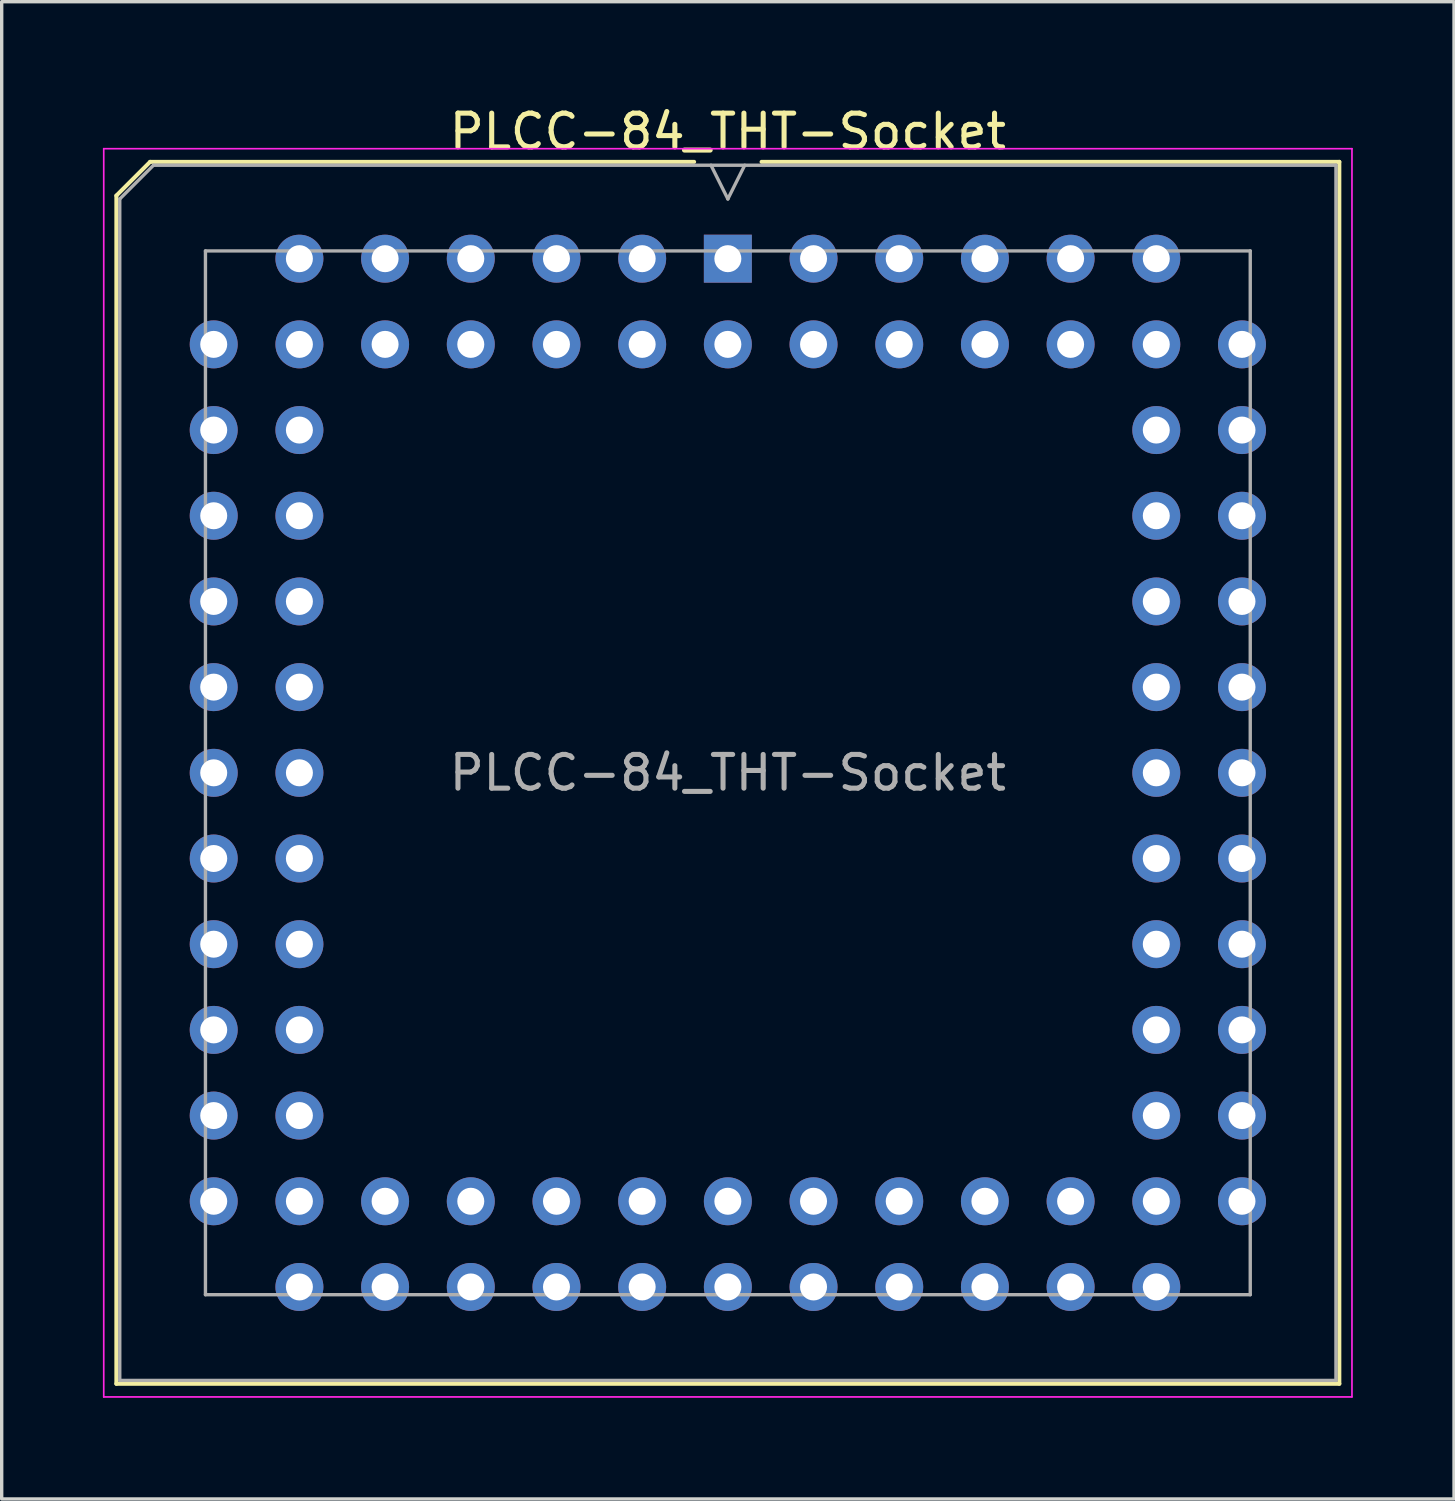
<source format=kicad_pcb>
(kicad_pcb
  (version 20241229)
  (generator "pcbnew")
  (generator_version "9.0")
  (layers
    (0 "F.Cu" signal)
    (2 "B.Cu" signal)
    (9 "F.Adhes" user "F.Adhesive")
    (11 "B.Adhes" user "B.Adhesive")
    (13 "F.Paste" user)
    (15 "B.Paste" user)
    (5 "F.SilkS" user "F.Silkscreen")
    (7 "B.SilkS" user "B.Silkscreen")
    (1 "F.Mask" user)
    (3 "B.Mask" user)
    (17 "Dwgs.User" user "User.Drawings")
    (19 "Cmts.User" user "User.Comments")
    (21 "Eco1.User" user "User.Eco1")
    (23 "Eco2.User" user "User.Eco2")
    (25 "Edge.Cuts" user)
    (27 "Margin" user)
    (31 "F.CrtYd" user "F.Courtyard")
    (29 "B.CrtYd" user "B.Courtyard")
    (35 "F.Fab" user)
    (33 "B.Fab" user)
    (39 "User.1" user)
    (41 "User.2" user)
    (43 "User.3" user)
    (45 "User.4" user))
  (footprint "PLCC-84_THT-Socket"
    (layer "F.Cu")
    (at 18.525 4.618)
    (property "Reference" "PLCC-84_THT-Socket" (at 0 -3.77 180) (layer "F.SilkS") (effects (font (size 1 1) (thickness 0.15))))
    (attr through_hole)
    (fp_line (start -18.125 -1.87) (end -18.125 33.35) (stroke (width 0.12) (type solid)) (layer "F.SilkS"))
    (fp_line (start -18.125 33.35) (end 18.125 33.35) (stroke (width 0.12) (type solid)) (layer "F.SilkS"))
    (fp_line (start -17.125 -2.87) (end -18.125 -1.87) (stroke (width 0.12) (type solid)) (layer "F.SilkS"))
    (fp_line (start -1 -2.87) (end -17.125 -2.87) (stroke (width 0.12) (type solid)) (layer "F.SilkS"))
    (fp_line (start 18.125 -2.87) (end 1 -2.87) (stroke (width 0.12) (type solid)) (layer "F.SilkS"))
    (fp_line (start 18.125 33.35) (end 18.125 -2.87) (stroke (width 0.12) (type solid)) (layer "F.SilkS"))
    (fp_line (start -18.5 -3.26) (end -18.5 33.74) (stroke (width 0.05) (type solid)) (layer "F.CrtYd"))
    (fp_line (start -18.5 33.74) (end 18.5 33.74) (stroke (width 0.05) (type solid)) (layer "F.CrtYd"))
    (fp_line (start 18.5 -3.26) (end -18.5 -3.26) (stroke (width 0.05) (type solid)) (layer "F.CrtYd"))
    (fp_line (start 18.5 33.74) (end 18.5 -3.26) (stroke (width 0.05) (type solid)) (layer "F.CrtYd"))
    (fp_line (start -18.025 -1.77) (end -18.025 33.25) (stroke (width 0.1) (type solid)) (layer "F.Fab"))
    (fp_line (start -18.025 33.25) (end 18.025 33.25) (stroke (width 0.1) (type solid)) (layer "F.Fab"))
    (fp_line (start -17.025 -2.77) (end -18.025 -1.77) (stroke (width 0.1) (type solid)) (layer "F.Fab"))
    (fp_line (start -15.485 -0.23) (end -15.485 30.71) (stroke (width 0.1) (type solid)) (layer "F.Fab"))
    (fp_line (start -15.485 30.71) (end 15.485 30.71) (stroke (width 0.1) (type solid)) (layer "F.Fab"))
    (fp_line (start -0.5 -2.77) (end 0 -1.77) (stroke (width 0.1) (type solid)) (layer "F.Fab"))
    (fp_line (start 0 -1.77) (end 0.5 -2.77) (stroke (width 0.1) (type solid)) (layer "F.Fab"))
    (fp_line (start 15.485 -0.23) (end -15.485 -0.23) (stroke (width 0.1) (type solid)) (layer "F.Fab"))
    (fp_line (start 15.485 30.71) (end 15.485 -0.23) (stroke (width 0.1) (type solid)) (layer "F.Fab"))
    (fp_line (start 18.025 -2.77) (end -17.025 -2.77) (stroke (width 0.1) (type solid)) (layer "F.Fab"))
    (fp_line (start 18.025 33.25) (end 18.025 -2.77) (stroke (width 0.1) (type solid)) (layer "F.Fab"))
    (fp_text user "${REFERENCE}" (at 0 15.24 180) (layer "F.Fab") (effects (font (size 1 1) (thickness 0.15))))
    (pad "1" thru_hole rect (at 0 0) (size 1.422 1.422) (drill 0.8) (layers "*.Cu" "*.Mask"))
    (pad "2" thru_hole circle (at 0 2.54) (size 1.422 1.422) (drill 0.8) (layers "*.Cu" "*.Mask"))
    (pad "3" thru_hole circle (at -2.54 0) (size 1.422 1.422) (drill 0.8) (layers "*.Cu" "*.Mask"))
    (pad "4" thru_hole circle (at -2.54 2.54) (size 1.422 1.422) (drill 0.8) (layers "*.Cu" "*.Mask"))
    (pad "5" thru_hole circle (at -5.08 0) (size 1.422 1.422) (drill 0.8) (layers "*.Cu" "*.Mask"))
    (pad "6" thru_hole circle (at -5.08 2.54) (size 1.422 1.422) (drill 0.8) (layers "*.Cu" "*.Mask"))
    (pad "7" thru_hole circle (at -7.62 0) (size 1.422 1.422) (drill 0.8) (layers "*.Cu" "*.Mask"))
    (pad "8" thru_hole circle (at -7.62 2.54) (size 1.422 1.422) (drill 0.8) (layers "*.Cu" "*.Mask"))
    (pad "9" thru_hole circle (at -10.16 0) (size 1.422 1.422) (drill 0.8) (layers "*.Cu" "*.Mask"))
    (pad "10" thru_hole circle (at -10.16 2.54) (size 1.422 1.422) (drill 0.8) (layers "*.Cu" "*.Mask"))
    (pad "11" thru_hole circle (at -12.7 0) (size 1.422 1.422) (drill 0.8) (layers "*.Cu" "*.Mask"))
    (pad "12" thru_hole circle (at -15.24 2.54) (size 1.422 1.422) (drill 0.8) (layers "*.Cu" "*.Mask"))
    (pad "13" thru_hole circle (at -12.7 2.54) (size 1.422 1.422) (drill 0.8) (layers "*.Cu" "*.Mask"))
    (pad "14" thru_hole circle (at -15.24 5.08) (size 1.422 1.422) (drill 0.8) (layers "*.Cu" "*.Mask"))
    (pad "15" thru_hole circle (at -12.7 5.08) (size 1.422 1.422) (drill 0.8) (layers "*.Cu" "*.Mask"))
    (pad "16" thru_hole circle (at -15.24 7.62) (size 1.422 1.422) (drill 0.8) (layers "*.Cu" "*.Mask"))
    (pad "17" thru_hole circle (at -12.7 7.62) (size 1.422 1.422) (drill 0.8) (layers "*.Cu" "*.Mask"))
    (pad "18" thru_hole circle (at -15.24 10.16) (size 1.422 1.422) (drill 0.8) (layers "*.Cu" "*.Mask"))
    (pad "19" thru_hole circle (at -12.7 10.16) (size 1.422 1.422) (drill 0.8) (layers "*.Cu" "*.Mask"))
    (pad "20" thru_hole circle (at -15.24 12.7) (size 1.422 1.422) (drill 0.8) (layers "*.Cu" "*.Mask"))
    (pad "21" thru_hole circle (at -12.7 12.7) (size 1.422 1.422) (drill 0.8) (layers "*.Cu" "*.Mask"))
    (pad "22" thru_hole circle (at -15.24 15.24) (size 1.422 1.422) (drill 0.8) (layers "*.Cu" "*.Mask"))
    (pad "23" thru_hole circle (at -12.7 15.24) (size 1.422 1.422) (drill 0.8) (layers "*.Cu" "*.Mask"))
    (pad "24" thru_hole circle (at -15.24 17.78) (size 1.422 1.422) (drill 0.8) (layers "*.Cu" "*.Mask"))
    (pad "25" thru_hole circle (at -12.7 17.78) (size 1.422 1.422) (drill 0.8) (layers "*.Cu" "*.Mask"))
    (pad "26" thru_hole circle (at -15.24 20.32) (size 1.422 1.422) (drill 0.8) (layers "*.Cu" "*.Mask"))
    (pad "27" thru_hole circle (at -12.7 20.32) (size 1.422 1.422) (drill 0.8) (layers "*.Cu" "*.Mask"))
    (pad "28" thru_hole circle (at -15.24 22.86) (size 1.422 1.422) (drill 0.8) (layers "*.Cu" "*.Mask"))
    (pad "29" thru_hole circle (at -12.7 22.86) (size 1.422 1.422) (drill 0.8) (layers "*.Cu" "*.Mask"))
    (pad "30" thru_hole circle (at -15.24 25.4) (size 1.422 1.422) (drill 0.8) (layers "*.Cu" "*.Mask"))
    (pad "31" thru_hole circle (at -12.7 25.4) (size 1.422 1.422) (drill 0.8) (layers "*.Cu" "*.Mask"))
    (pad "32" thru_hole circle (at -15.24 27.94) (size 1.422 1.422) (drill 0.8) (layers "*.Cu" "*.Mask"))
    (pad "33" thru_hole circle (at -12.7 30.48) (size 1.422 1.422) (drill 0.8) (layers "*.Cu" "*.Mask"))
    (pad "34" thru_hole circle (at -12.7 27.94) (size 1.422 1.422) (drill 0.8) (layers "*.Cu" "*.Mask"))
    (pad "35" thru_hole circle (at -10.16 30.48) (size 1.422 1.422) (drill 0.8) (layers "*.Cu" "*.Mask"))
    (pad "36" thru_hole circle (at -10.16 27.94) (size 1.422 1.422) (drill 0.8) (layers "*.Cu" "*.Mask"))
    (pad "37" thru_hole circle (at -7.62 30.48) (size 1.422 1.422) (drill 0.8) (layers "*.Cu" "*.Mask"))
    (pad "38" thru_hole circle (at -7.62 27.94) (size 1.422 1.422) (drill 0.8) (layers "*.Cu" "*.Mask"))
    (pad "39" thru_hole circle (at -5.08 30.48) (size 1.422 1.422) (drill 0.8) (layers "*.Cu" "*.Mask"))
    (pad "40" thru_hole circle (at -5.08 27.94) (size 1.422 1.422) (drill 0.8) (layers "*.Cu" "*.Mask"))
    (pad "41" thru_hole circle (at -2.54 30.48) (size 1.422 1.422) (drill 0.8) (layers "*.Cu" "*.Mask"))
    (pad "42" thru_hole circle (at -2.54 27.94) (size 1.422 1.422) (drill 0.8) (layers "*.Cu" "*.Mask"))
    (pad "43" thru_hole circle (at 0 30.48) (size 1.422 1.422) (drill 0.8) (layers "*.Cu" "*.Mask"))
    (pad "44" thru_hole circle (at 0 27.94) (size 1.422 1.422) (drill 0.8) (layers "*.Cu" "*.Mask"))
    (pad "45" thru_hole circle (at 2.54 30.48) (size 1.422 1.422) (drill 0.8) (layers "*.Cu" "*.Mask"))
    (pad "46" thru_hole circle (at 2.54 27.94) (size 1.422 1.422) (drill 0.8) (layers "*.Cu" "*.Mask"))
    (pad "47" thru_hole circle (at 5.08 30.48) (size 1.422 1.422) (drill 0.8) (layers "*.Cu" "*.Mask"))
    (pad "48" thru_hole circle (at 5.08 27.94) (size 1.422 1.422) (drill 0.8) (layers "*.Cu" "*.Mask"))
    (pad "49" thru_hole circle (at 7.62 30.48) (size 1.422 1.422) (drill 0.8) (layers "*.Cu" "*.Mask"))
    (pad "50" thru_hole circle (at 7.62 27.94) (size 1.422 1.422) (drill 0.8) (layers "*.Cu" "*.Mask"))
    (pad "51" thru_hole circle (at 10.16 30.48) (size 1.422 1.422) (drill 0.8) (layers "*.Cu" "*.Mask"))
    (pad "52" thru_hole circle (at 10.16 27.94) (size 1.422 1.422) (drill 0.8) (layers "*.Cu" "*.Mask"))
    (pad "53" thru_hole circle (at 12.7 30.48) (size 1.422 1.422) (drill 0.8) (layers "*.Cu" "*.Mask"))
    (pad "54" thru_hole circle (at 15.24 27.94) (size 1.422 1.422) (drill 0.8) (layers "*.Cu" "*.Mask"))
    (pad "55" thru_hole circle (at 12.7 27.94) (size 1.422 1.422) (drill 0.8) (layers "*.Cu" "*.Mask"))
    (pad "56" thru_hole circle (at 15.24 25.4) (size 1.422 1.422) (drill 0.8) (layers "*.Cu" "*.Mask"))
    (pad "57" thru_hole circle (at 12.7 25.4) (size 1.422 1.422) (drill 0.8) (layers "*.Cu" "*.Mask"))
    (pad "58" thru_hole circle (at 15.24 22.86) (size 1.422 1.422) (drill 0.8) (layers "*.Cu" "*.Mask"))
    (pad "59" thru_hole circle (at 12.7 22.86) (size 1.422 1.422) (drill 0.8) (layers "*.Cu" "*.Mask"))
    (pad "60" thru_hole circle (at 15.24 20.32) (size 1.422 1.422) (drill 0.8) (layers "*.Cu" "*.Mask"))
    (pad "61" thru_hole circle (at 12.7 20.32) (size 1.422 1.422) (drill 0.8) (layers "*.Cu" "*.Mask"))
    (pad "62" thru_hole circle (at 15.24 17.78) (size 1.422 1.422) (drill 0.8) (layers "*.Cu" "*.Mask"))
    (pad "63" thru_hole circle (at 12.7 17.78) (size 1.422 1.422) (drill 0.8) (layers "*.Cu" "*.Mask"))
    (pad "64" thru_hole circle (at 15.24 15.24) (size 1.422 1.422) (drill 0.8) (layers "*.Cu" "*.Mask"))
    (pad "65" thru_hole circle (at 12.7 15.24) (size 1.422 1.422) (drill 0.8) (layers "*.Cu" "*.Mask"))
    (pad "66" thru_hole circle (at 15.24 12.7) (size 1.422 1.422) (drill 0.8) (layers "*.Cu" "*.Mask"))
    (pad "67" thru_hole circle (at 12.7 12.7) (size 1.422 1.422) (drill 0.8) (layers "*.Cu" "*.Mask"))
    (pad "68" thru_hole circle (at 15.24 10.16) (size 1.422 1.422) (drill 0.8) (layers "*.Cu" "*.Mask"))
    (pad "69" thru_hole circle (at 12.7 10.16) (size 1.422 1.422) (drill 0.8) (layers "*.Cu" "*.Mask"))
    (pad "70" thru_hole circle (at 15.24 7.62) (size 1.422 1.422) (drill 0.8) (layers "*.Cu" "*.Mask"))
    (pad "71" thru_hole circle (at 12.7 7.62) (size 1.422 1.422) (drill 0.8) (layers "*.Cu" "*.Mask"))
    (pad "72" thru_hole circle (at 15.24 5.08) (size 1.422 1.422) (drill 0.8) (layers "*.Cu" "*.Mask"))
    (pad "73" thru_hole circle (at 12.7 5.08) (size 1.422 1.422) (drill 0.8) (layers "*.Cu" "*.Mask"))
    (pad "74" thru_hole circle (at 15.24 2.54) (size 1.422 1.422) (drill 0.8) (layers "*.Cu" "*.Mask"))
    (pad "75" thru_hole circle (at 12.7 0) (size 1.422 1.422) (drill 0.8) (layers "*.Cu" "*.Mask"))
    (pad "76" thru_hole circle (at 12.7 2.54) (size 1.422 1.422) (drill 0.8) (layers "*.Cu" "*.Mask"))
    (pad "77" thru_hole circle (at 10.16 0) (size 1.422 1.422) (drill 0.8) (layers "*.Cu" "*.Mask"))
    (pad "78" thru_hole circle (at 10.16 2.54) (size 1.422 1.422) (drill 0.8) (layers "*.Cu" "*.Mask"))
    (pad "79" thru_hole circle (at 7.62 0) (size 1.422 1.422) (drill 0.8) (layers "*.Cu" "*.Mask"))
    (pad "80" thru_hole circle (at 7.62 2.54) (size 1.422 1.422) (drill 0.8) (layers "*.Cu" "*.Mask"))
    (pad "81" thru_hole circle (at 5.08 0) (size 1.422 1.422) (drill 0.8) (layers "*.Cu" "*.Mask"))
    (pad "82" thru_hole circle (at 5.08 2.54) (size 1.422 1.422) (drill 0.8) (layers "*.Cu" "*.Mask"))
    (pad "83" thru_hole circle (at 2.54 0) (size 1.422 1.422) (drill 0.8) (layers "*.Cu" "*.Mask"))
    (pad "84" thru_hole circle (at 2.54 2.54) (size 1.422 1.422) (drill 0.8) (layers "*.Cu" "*.Mask")))
  (gr_rect
    (start -3 -3)
    (end 40.05 41.383)
    (stroke (width 0.1) (type default))
    (fill no)
    (layer "Edge.Cuts")))
</source>
